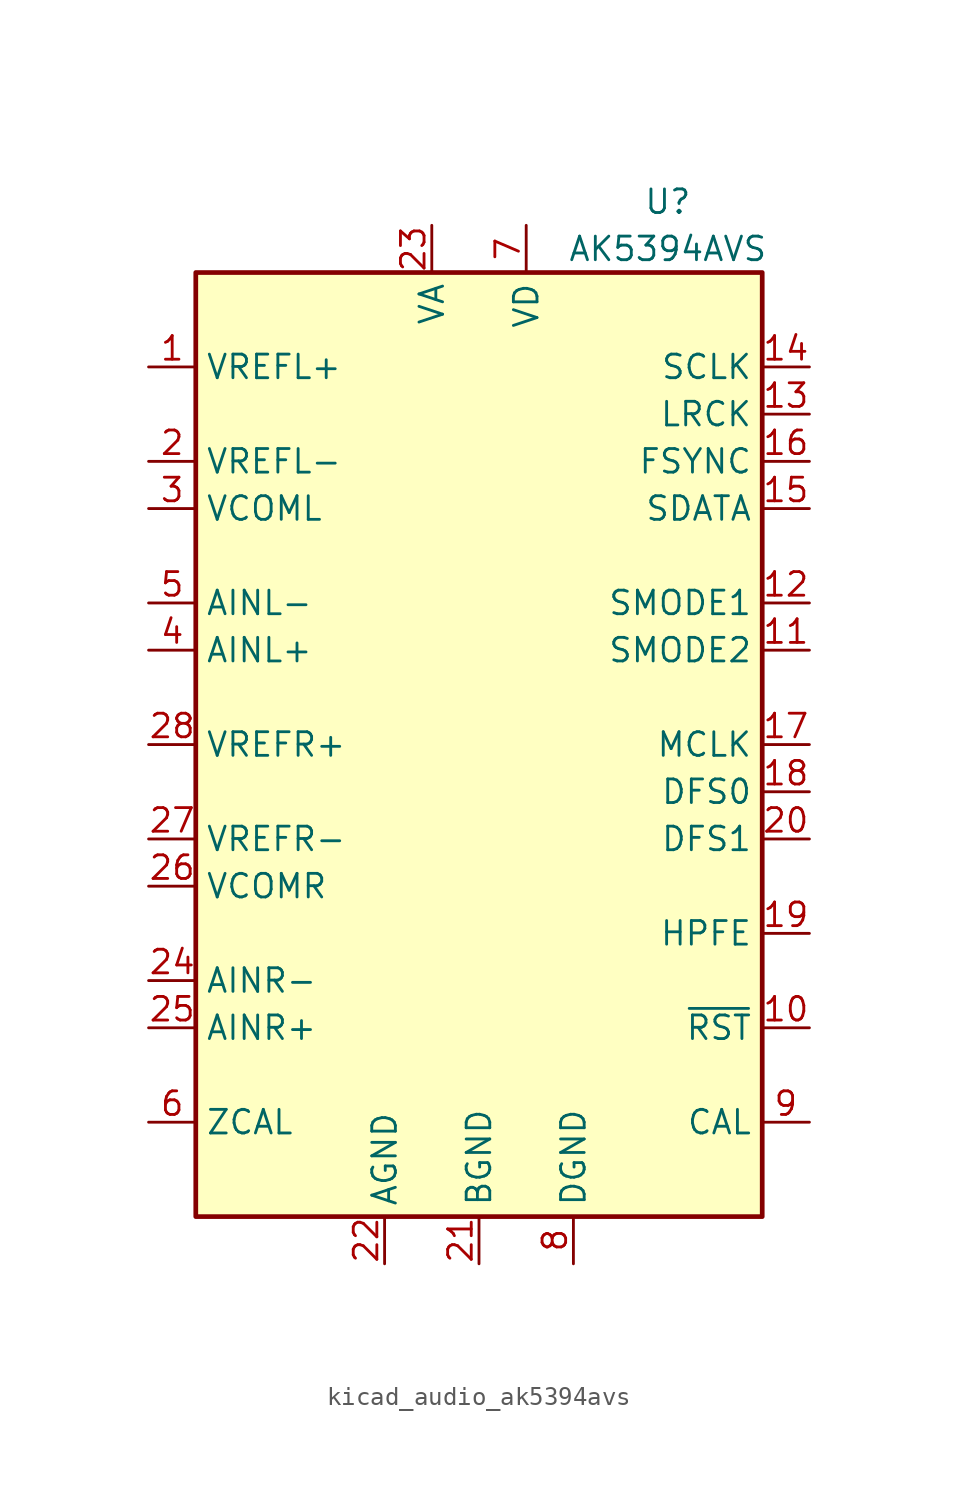
<source format=kicad_sym>
(kicad_symbol_lib
  (version 20220914)
  (generator kicad_symbol_editor)
  (symbol "kicad_audio_ak5394avs"
    (property "Reference" "U"
      (at 10.16 29.21 0)
      (effects (font (size 1.27 1.27))))
    (property "Value" "AK5394AVS"
      (at 10.16 26.67 0)
      (effects (font (size 1.27 1.27))))
    (symbol "kicad_audio_ak5394avs_0_1"
      (rectangle (start -15.24 25.4) (end 15.24 -25.4) (stroke (width 0.254) (type default)) (fill (type background))))
    (symbol "kicad_audio_ak5394avs_1_1"
      (pin output line (at -17.78 20.32 0) (length 2.54) (name "VREFL+" (effects (font (size 1.27 1.27)))) (number "1" (effects (font (size 1.27 1.27)))))
      (pin input line (at 17.78 -15.24 180) (length 2.54) (name "~{RST}" (effects (font (size 1.27 1.27)))) (number "10" (effects (font (size 1.27 1.27)))))
      (pin input line (at 17.78 5.08 180) (length 2.54) (name "SMODE2" (effects (font (size 1.27 1.27)))) (number "11" (effects (font (size 1.27 1.27)))))
      (pin input line (at 17.78 7.62 180) (length 2.54) (name "SMODE1" (effects (font (size 1.27 1.27)))) (number "12" (effects (font (size 1.27 1.27)))))
      (pin bidirectional line (at 17.78 17.78 180) (length 2.54) (name "LRCK" (effects (font (size 1.27 1.27)))) (number "13" (effects (font (size 1.27 1.27)))))
      (pin bidirectional line (at 17.78 20.32 180) (length 2.54) (name "SCLK" (effects (font (size 1.27 1.27)))) (number "14" (effects (font (size 1.27 1.27)))))
      (pin output line (at 17.78 12.7 180) (length 2.54) (name "SDATA" (effects (font (size 1.27 1.27)))) (number "15" (effects (font (size 1.27 1.27)))))
      (pin bidirectional line (at 17.78 15.24 180) (length 2.54) (name "FSYNC" (effects (font (size 1.27 1.27)))) (number "16" (effects (font (size 1.27 1.27)))))
      (pin input line (at 17.78 0 180) (length 2.54) (name "MCLK" (effects (font (size 1.27 1.27)))) (number "17" (effects (font (size 1.27 1.27)))))
      (pin input line (at 17.78 -2.54 180) (length 2.54) (name "DFS0" (effects (font (size 1.27 1.27)))) (number "18" (effects (font (size 1.27 1.27)))))
      (pin input line (at 17.78 -10.16 180) (length 2.54) (name "HPFE" (effects (font (size 1.27 1.27)))) (number "19" (effects (font (size 1.27 1.27)))))
      (pin output line (at -17.78 15.24 0) (length 2.54) (name "VREFL-" (effects (font (size 1.27 1.27)))) (number "2" (effects (font (size 1.27 1.27)))))
      (pin input line (at 17.78 -5.08 180) (length 2.54) (name "DFS1" (effects (font (size 1.27 1.27)))) (number "20" (effects (font (size 1.27 1.27)))))
      (pin power_in line (at 0 -27.94 90) (length 2.54) (name "BGND" (effects (font (size 1.27 1.27)))) (number "21" (effects (font (size 1.27 1.27)))))
      (pin power_in line (at -5.08 -27.94 90) (length 2.54) (name "AGND" (effects (font (size 1.27 1.27)))) (number "22" (effects (font (size 1.27 1.27)))))
      (pin power_in line (at -2.54 27.94 270) (length 2.54) (name "VA" (effects (font (size 1.27 1.27)))) (number "23" (effects (font (size 1.27 1.27)))))
      (pin input line (at -17.78 -12.7 0) (length 2.54) (name "AINR-" (effects (font (size 1.27 1.27)))) (number "24" (effects (font (size 1.27 1.27)))))
      (pin input line (at -17.78 -15.24 0) (length 2.54) (name "AINR+" (effects (font (size 1.27 1.27)))) (number "25" (effects (font (size 1.27 1.27)))))
      (pin output line (at -17.78 -7.62 0) (length 2.54) (name "VCOMR" (effects (font (size 1.27 1.27)))) (number "26" (effects (font (size 1.27 1.27)))))
      (pin output line (at -17.78 -5.08 0) (length 2.54) (name "VREFR-" (effects (font (size 1.27 1.27)))) (number "27" (effects (font (size 1.27 1.27)))))
      (pin output line (at -17.78 0 0) (length 2.54) (name "VREFR+" (effects (font (size 1.27 1.27)))) (number "28" (effects (font (size 1.27 1.27)))))
      (pin output line (at -17.78 12.7 0) (length 2.54) (name "VCOML" (effects (font (size 1.27 1.27)))) (number "3" (effects (font (size 1.27 1.27)))))
      (pin input line (at -17.78 5.08 0) (length 2.54) (name "AINL+" (effects (font (size 1.27 1.27)))) (number "4" (effects (font (size 1.27 1.27)))))
      (pin input line (at -17.78 7.62 0) (length 2.54) (name "AINL-" (effects (font (size 1.27 1.27)))) (number "5" (effects (font (size 1.27 1.27)))))
      (pin input line (at -17.78 -20.32 0) (length 2.54) (name "ZCAL" (effects (font (size 1.27 1.27)))) (number "6" (effects (font (size 1.27 1.27)))))
      (pin power_in line (at 2.54 27.94 270) (length 2.54) (name "VD" (effects (font (size 1.27 1.27)))) (number "7" (effects (font (size 1.27 1.27)))))
      (pin power_in line (at 5.08 -27.94 90) (length 2.54) (name "DGND" (effects (font (size 1.27 1.27)))) (number "8" (effects (font (size 1.27 1.27)))))
      (pin output line (at 17.78 -20.32 180) (length 2.54) (name "CAL" (effects (font (size 1.27 1.27)))) (number "9" (effects (font (size 1.27 1.27))))))))
</source>
